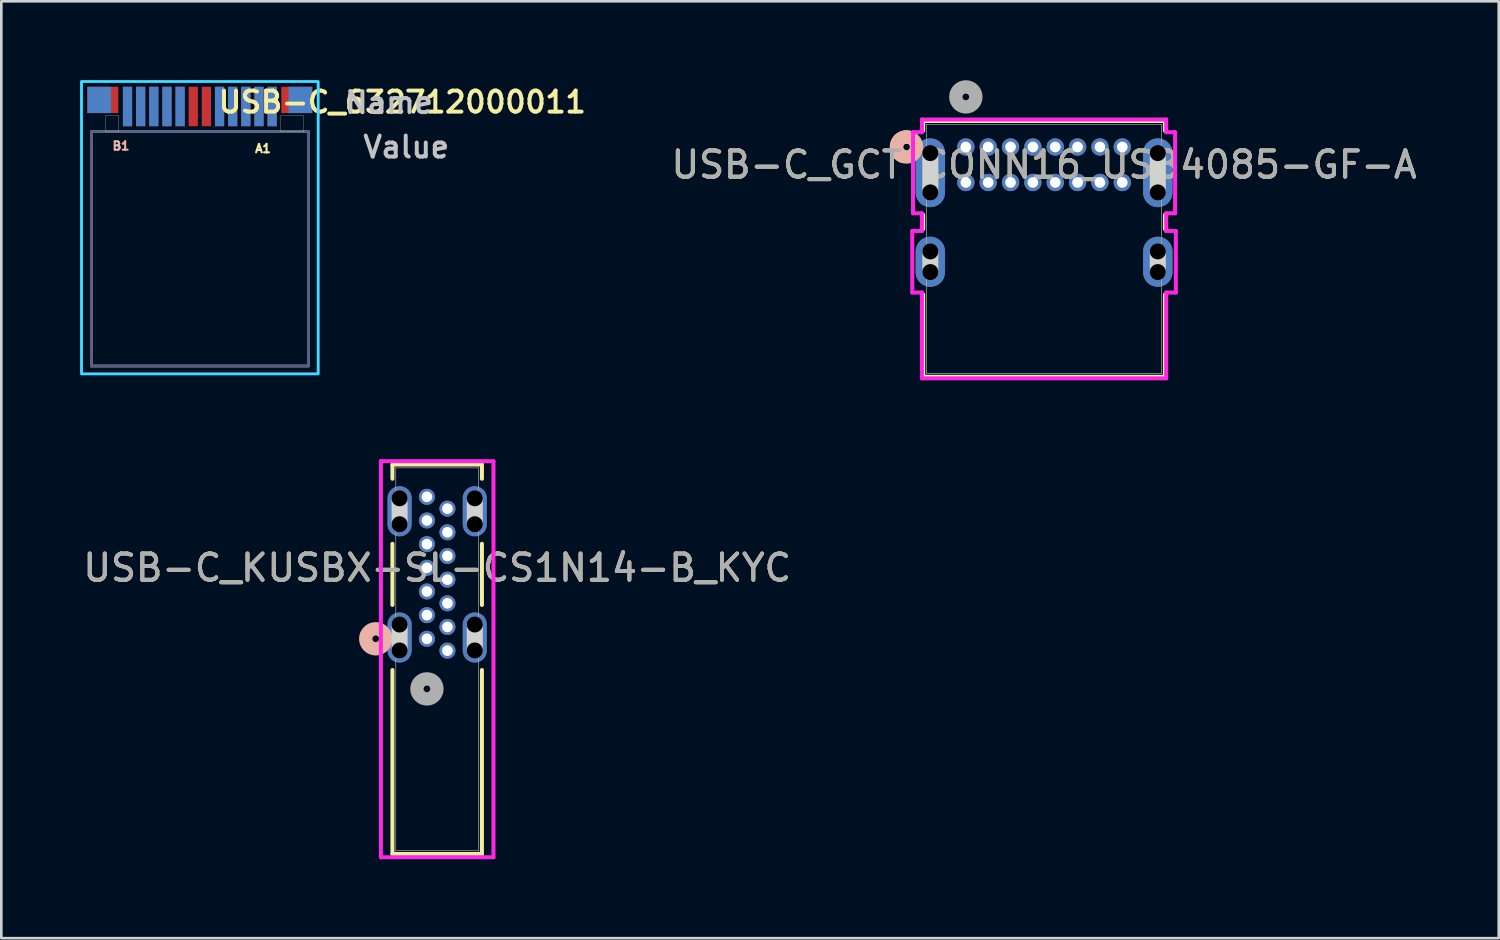
<source format=kicad_pcb>
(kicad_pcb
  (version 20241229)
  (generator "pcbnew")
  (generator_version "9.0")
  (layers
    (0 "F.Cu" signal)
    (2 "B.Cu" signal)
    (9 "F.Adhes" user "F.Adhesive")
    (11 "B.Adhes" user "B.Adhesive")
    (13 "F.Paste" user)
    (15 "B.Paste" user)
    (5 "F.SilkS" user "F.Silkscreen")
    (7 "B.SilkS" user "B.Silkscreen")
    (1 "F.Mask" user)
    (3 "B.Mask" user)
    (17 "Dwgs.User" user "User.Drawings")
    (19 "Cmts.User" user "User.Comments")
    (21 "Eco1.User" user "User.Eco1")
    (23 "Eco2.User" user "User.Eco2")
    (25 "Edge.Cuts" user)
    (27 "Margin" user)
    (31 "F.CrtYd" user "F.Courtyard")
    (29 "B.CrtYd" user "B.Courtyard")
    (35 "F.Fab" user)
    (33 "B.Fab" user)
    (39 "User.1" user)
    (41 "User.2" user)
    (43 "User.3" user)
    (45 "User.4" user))
  (footprint "USB-C_632712000011"
    (layer "F.Cu")
    (at 4.55 1)
    (property "Reference" "USB-C_632712000011" (at 7.7 -0.168 0) (layer "F.SilkS") (effects (font (size 0.8 0.8) (thickness 0.15))))
    (attr smd)
    (fp_line (start -3.58 0.35) (end -3.58 0.95) (stroke (width 0.01) (type solid)) (layer "Edge.Cuts"))
    (fp_line (start -3.58 0.95) (end -3.08 0.95) (stroke (width 0.01) (type solid)) (layer "Edge.Cuts"))
    (fp_line (start -3.08 0.35) (end -3.58 0.35) (stroke (width 0.01) (type solid)) (layer "Edge.Cuts"))
    (fp_line (start -3.08 0.95) (end -3.08 0.35) (stroke (width 0.01) (type solid)) (layer "Edge.Cuts"))
    (fp_line (start 3.075 0.35) (end 3.075 0.95) (stroke (width 0.01) (type solid)) (layer "Edge.Cuts"))
    (fp_line (start 3.075 0.95) (end 3.945 0.95) (stroke (width 0.01) (type solid)) (layer "Edge.Cuts"))
    (fp_line (start 3.945 0.35) (end 3.075 0.35) (stroke (width 0.01) (type solid)) (layer "Edge.Cuts"))
    (fp_line (start 3.945 0.95) (end 3.945 0.35) (stroke (width 0.01) (type solid)) (layer "Edge.Cuts"))
    (fp_poly (pts (xy -4.5 -0.95) (xy 4.5 -0.95) (xy 4.5 10.17) (xy -4.5 10.17)) (stroke (width 0.1) (type solid)) (fill no) (layer "B.CrtYd"))
    (fp_poly (pts (xy -4.5 -0.95) (xy 4.5 -0.95) (xy 4.5 10.17) (xy -4.5 10.17)) (stroke (width 0.1) (type solid)) (fill no) (layer "F.CrtYd"))
    (fp_line (start -4.125 0.95) (end -4.125 9.87) (stroke (width 0.1) (type solid)) (layer "B.Fab"))
    (fp_line (start -4.125 0.95) (end 4.125 0.95) (stroke (width 0.1) (type solid)) (layer "B.Fab"))
    (fp_line (start -4.125 9.87) (end 4.125 9.87) (stroke (width 0.1) (type solid)) (layer "B.Fab"))
    (fp_line (start 4.125 9.87) (end 4.125 0.95) (stroke (width 0.1) (type solid)) (layer "B.Fab"))
    (fp_line (start -4.125 0.95) (end -4.125 9.87) (stroke (width 0.1) (type solid)) (layer "F.Fab"))
    (fp_line (start -4.125 9.87) (end 4.125 9.87) (stroke (width 0.1) (type solid)) (layer "F.Fab"))
    (fp_line (start 4.125 0.95) (end -4.125 0.95) (stroke (width 0.1) (type solid)) (layer "F.Fab"))
    (fp_line (start 4.125 9.87) (end 4.125 0.95) (stroke (width 0.1) (type solid)) (layer "F.Fab"))
    (fp_text user "A1" (at 2.4 1.6 0) (layer "F.SilkS") (effects (font (size 0.32 0.32) (thickness 0.15))))
    (fp_text user "B1" (at -3 1.5 0) (layer "B.SilkS") (effects (font (size 0.32 0.32) (thickness 0.15))))
    (fp_text user "Value" (at 7.85 1.542 0) (layer "Dwgs.User") (effects (font (size 0.8 0.8) (thickness 0.15))))
    (fp_text user "Name" (at 7.192 -0.148 0) (layer "Dwgs.User") (effects (font (size 0.8 0.8) (thickness 0.15))))
    (fp_text user "PCB cutout  area" (at 3.15 0.7 0) (layer "Edge.Cuts") (effects (font (size 0.063 0.063) (thickness 0.15))))
    (fp_text user "PCB cutout  area" (at -3.2 0.95 0) (layer "Edge.Cuts") (effects (font (size 0.063 0.063) (thickness 0.15))))
    (fp_text user "PCB cutout  area" (at -3.2 0.95 0) (layer "Edge.Cuts") (effects (font (size 0.063 0.063) (thickness 0.15))))
    (pad "A1" smd rect (at 2.75 0) (size 0.35 1.5) (layers "F.Cu" "F.Mask" "F.Paste"))
    (pad "A2" smd rect (at 2.25 0) (size 0.35 1.5) (layers "F.Cu" "F.Mask" "F.Paste"))
    (pad "A3" smd rect (at 1.75 0) (size 0.35 1.5) (layers "F.Cu" "F.Mask" "F.Paste"))
    (pad "A4" smd rect (at 1.25 0) (size 0.35 1.5) (layers "F.Cu" "F.Mask" "F.Paste"))
    (pad "A5" smd rect (at 0.75 0) (size 0.35 1.5) (layers "F.Cu" "F.Mask" "F.Paste"))
    (pad "A6" smd rect (at 0.25 0) (size 0.35 1.5) (layers "F.Cu" "F.Mask" "F.Paste"))
    (pad "A7" smd rect (at -0.25 0) (size 0.35 1.5) (layers "F.Cu" "F.Mask" "F.Paste"))
    (pad "A8" smd rect (at -0.75 0) (size 0.35 1.5) (layers "F.Cu" "F.Mask" "F.Paste"))
    (pad "A9" smd rect (at -1.25 0) (size 0.35 1.5) (layers "F.Cu" "F.Mask" "F.Paste"))
    (pad "A10" smd rect (at -1.75 0) (size 0.35 1.5) (layers "F.Cu" "F.Mask" "F.Paste"))
    (pad "A11" smd rect (at -2.25 0) (size 0.35 1.5) (layers "F.Cu" "F.Mask" "F.Paste"))
    (pad "A12" smd rect (at -2.75 0) (size 0.35 1.5) (layers "F.Cu" "F.Mask" "F.Paste"))
    (pad "B1" smd rect (at -2.75 0) (size 0.35 1.5) (layers "B.Cu" "B.Mask" "B.Paste"))
    (pad "B2" smd rect (at -2.25 0) (size 0.35 1.5) (layers "B.Cu" "B.Mask" "B.Paste"))
    (pad "B3" smd rect (at -1.75 0) (size 0.35 1.5) (layers "B.Cu" "B.Mask" "B.Paste"))
    (pad "B4" smd rect (at -1.25 0) (size 0.35 1.5) (layers "B.Cu" "B.Mask" "B.Paste"))
    (pad "B5" smd rect (at -0.75 0) (size 0.35 1.5) (layers "B.Cu" "B.Mask" "B.Paste"))
    (pad "B8" smd rect (at 0.75 0) (size 0.35 1.5) (layers "B.Cu" "B.Mask" "B.Paste"))
    (pad "B9" smd rect (at 1.25 0) (size 0.35 1.5) (layers "B.Cu" "B.Mask" "B.Paste"))
    (pad "B10" smd rect (at 1.75 0) (size 0.35 1.5) (layers "B.Cu" "B.Mask" "B.Paste"))
    (pad "B11" smd rect (at 2.25 0) (size 0.35 1.5) (layers "B.Cu" "B.Mask" "B.Paste"))
    (pad "B12" smd rect (at 2.75 0) (size 0.35 1.5) (layers "B.Cu" "B.Mask" "B.Paste"))
    (pad "S1" smd rect (at -3.69 -0.25) (size 1.18 1) (layers "F.Cu" "F.Mask" "F.Paste"))
    (pad "S2" smd rect (at 3.69 -0.25) (size 1.18 1) (layers "F.Cu" "F.Mask" "F.Paste"))
    (pad "S3" smd rect (at -3.825 -0.25) (size 0.9 1) (layers "B.Cu" "B.Mask" "B.Paste"))
    (pad "S4" smd rect (at 3.825 -0.25) (size 0.9 1) (layers "B.Cu" "B.Mask" "B.Paste")))
  (footprint "USB-C_KUSBX-SL-CS1N14-B_KYC"
    (layer "F.Cu")
    (at 13.187 21.245)
    (property "Reference" "USB-C_KUSBX-SL-CS1N14-B_KYC" (at 0.39 -2.7 0) (unlocked yes) (layer "F.SilkS") (effects (font (size 1 1) (thickness 0.15))))
    (attr through_hole)
    (fp_line (start -1.312 -6.627) (end -1.312 -6.087) (stroke (width 0.152) (type solid)) (layer "F.SilkS"))
    (fp_line (start -1.312 -3.613) (end -1.312 -1.287) (stroke (width 0.152) (type solid)) (layer "F.SilkS"))
    (fp_line (start -1.312 1.187) (end -1.312 8.181) (stroke (width 0.152) (type solid)) (layer "F.SilkS"))
    (fp_line (start -1.312 8.181) (end 2.092 8.181) (stroke (width 0.152) (type solid)) (layer "F.SilkS"))
    (fp_line (start 2.092 -6.627) (end -1.312 -6.627) (stroke (width 0.152) (type solid)) (layer "F.SilkS"))
    (fp_line (start 2.092 -6.087) (end 2.092 -6.627) (stroke (width 0.152) (type solid)) (layer "F.SilkS"))
    (fp_line (start 2.092 -1.287) (end 2.092 -3.613) (stroke (width 0.152) (type solid)) (layer "F.SilkS"))
    (fp_line (start 2.092 8.181) (end 2.092 1.187) (stroke (width 0.152) (type solid)) (layer "F.SilkS"))
    (fp_circle (center -1.947 0) (end -1.566 0) (stroke (width 0.508) (type solid)) (fill no) (layer "B.SilkS"))
    (fp_line (start -1.04 -4.355) (end -1.04 -5.345) (stroke (width 0.61) (type solid)) (layer "Edge.Cuts"))
    (fp_line (start -1.04 0.445) (end -1.04 -0.545) (stroke (width 0.61) (type solid)) (layer "Edge.Cuts"))
    (fp_line (start 1.82 -4.355) (end 1.82 -5.345) (stroke (width 0.61) (type solid)) (layer "Edge.Cuts"))
    (fp_line (start 1.82 0.445) (end 1.82 -0.545) (stroke (width 0.61) (type solid)) (layer "Edge.Cuts"))
    (fp_line (start -1.751 -6.754) (end -1.751 8.308) (stroke (width 0.152) (type solid)) (layer "F.CrtYd"))
    (fp_line (start -1.751 8.308) (end 2.531 8.308) (stroke (width 0.152) (type solid)) (layer "F.CrtYd"))
    (fp_line (start 2.531 -6.754) (end -1.751 -6.754) (stroke (width 0.152) (type solid)) (layer "F.CrtYd"))
    (fp_line (start 2.531 8.308) (end 2.531 -6.754) (stroke (width 0.152) (type solid)) (layer "F.CrtYd"))
    (fp_line (start -1.185 -6.5) (end -1.185 8.054) (stroke (width 0.025) (type solid)) (layer "F.Fab"))
    (fp_line (start -1.185 8.054) (end 1.965 8.054) (stroke (width 0.025) (type solid)) (layer "F.Fab"))
    (fp_line (start 1.965 -6.5) (end -1.185 -6.5) (stroke (width 0.025) (type solid)) (layer "F.Fab"))
    (fp_line (start 1.965 8.054) (end 1.965 -6.5) (stroke (width 0.025) (type solid)) (layer "F.Fab"))
    (fp_circle (center 0 1.905) (end 0.381 1.905) (stroke (width 0.508) (type solid)) (fill no) (layer "F.Fab"))
    (fp_text user "${REFERENCE}" (at 0.39 -2.7 0) (unlocked yes) (layer "F.Fab") (effects (font (size 1 1) (thickness 0.15))))
    (pad "" np_thru_hole circle (at -1.04 -5.345) (size 0.61 0.61) (drill 0.61) (layers))
    (pad "" np_thru_hole circle (at -1.04 -4.355) (size 0.61 0.61) (drill 0.61) (layers))
    (pad "" np_thru_hole circle (at -1.04 -0.545) (size 0.61 0.61) (drill 0.61) (layers))
    (pad "" np_thru_hole circle (at -1.04 0.445) (size 0.61 0.61) (drill 0.61) (layers))
    (pad "" np_thru_hole circle (at 1.82 -5.345) (size 0.61 0.61) (drill 0.61) (layers))
    (pad "" np_thru_hole circle (at 1.82 -4.355) (size 0.61 0.61) (drill 0.61) (layers))
    (pad "" np_thru_hole circle (at 1.82 -0.545) (size 0.61 0.61) (drill 0.61) (layers))
    (pad "" np_thru_hole circle (at 1.82 0.445) (size 0.61 0.61) (drill 0.61) (layers))
    (pad "A1" thru_hole circle (at 0 0) (size 0.61 0.61) (drill 0.406) (layers "*.Cu" "*.Mask"))
    (pad "A4" thru_hole circle (at 0 -0.9) (size 0.61 0.61) (drill 0.406) (layers "*.Cu" "*.Mask"))
    (pad "A5" thru_hole circle (at 0 -1.8) (size 0.61 0.61) (drill 0.406) (layers "*.Cu" "*.Mask"))
    (pad "A6" thru_hole circle (at 0 -2.7) (size 0.61 0.61) (drill 0.406) (layers "*.Cu" "*.Mask"))
    (pad "A7" thru_hole circle (at 0 -3.6) (size 0.61 0.61) (drill 0.406) (layers "*.Cu" "*.Mask"))
    (pad "A9" thru_hole circle (at 0 -4.5) (size 0.61 0.61) (drill 0.406) (layers "*.Cu" "*.Mask"))
    (pad "A12" thru_hole circle (at 0 -5.4) (size 0.61 0.61) (drill 0.406) (layers "*.Cu" "*.Mask"))
    (pad "B1" thru_hole circle (at 0.78 -4.95) (size 0.61 0.61) (drill 0.406) (layers "*.Cu" "*.Mask"))
    (pad "B4" thru_hole circle (at 0.78 -4.05) (size 0.61 0.61) (drill 0.406) (layers "*.Cu" "*.Mask"))
    (pad "B5" thru_hole circle (at 0.78 -3.15) (size 0.61 0.61) (drill 0.406) (layers "*.Cu" "*.Mask"))
    (pad "B6" thru_hole circle (at 0.78 -2.25) (size 0.61 0.61) (drill 0.406) (layers "*.Cu" "*.Mask"))
    (pad "B7" thru_hole circle (at 0.78 -1.35) (size 0.61 0.61) (drill 0.406) (layers "*.Cu" "*.Mask"))
    (pad "B9" thru_hole circle (at 0.78 -0.45) (size 0.61 0.61) (drill 0.406) (layers "*.Cu" "*.Mask"))
    (pad "B12" thru_hole circle (at 0.78 0.45) (size 0.61 0.61) (drill 0.406) (layers "*.Cu" "*.Mask"))
    (pad "S_1" thru_hole oval (at -1.04 -0.05 90) (size 1.905 0.914) (drill 0.025) (layers "*.Cu" "*.Mask"))
    (pad "S_2" thru_hole oval (at 1.82 -0.05 90) (size 1.905 0.914) (drill 0.025) (layers "*.Cu" "*.Mask"))
    (pad "S_3" thru_hole oval (at -1.04 -4.85 90) (size 1.905 0.914) (drill 0.025) (layers "*.Cu" "*.Mask"))
    (pad "S_4" thru_hole oval (at 1.82 -4.85 90) (size 1.905 0.914) (drill 0.025) (layers "*.Cu" "*.Mask")))
  (footprint "USB-C_GCT CONN16_USB4085-GF-A"
    (layer "F.Cu")
    (at 33.683 2.54)
    (property "Reference" "USB-C_GCT CONN16_USB4085-GF-A" (at 2.975 0.675 0) (unlocked yes) (layer "F.SilkS") (effects (font (size 1 1) (thickness 0.15))))
    (attr through_hole)
    (fp_line (start -1.622 -0.987) (end -1.622 -0.618) (stroke (width 0.152) (type solid)) (layer "F.SilkS"))
    (fp_line (start -1.622 2.578) (end -1.622 3.122) (stroke (width 0.152) (type solid)) (layer "F.SilkS"))
    (fp_line (start -1.622 5.608) (end -1.622 8.741) (stroke (width 0.152) (type solid)) (layer "F.SilkS"))
    (fp_line (start -1.622 8.741) (end 7.572 8.741) (stroke (width 0.152) (type solid)) (layer "F.SilkS"))
    (fp_line (start 7.572 -0.987) (end -1.622 -0.987) (stroke (width 0.152) (type solid)) (layer "F.SilkS"))
    (fp_line (start 7.572 -0.618) (end 7.572 -0.987) (stroke (width 0.152) (type solid)) (layer "F.SilkS"))
    (fp_line (start 7.572 3.122) (end 7.572 2.578) (stroke (width 0.152) (type solid)) (layer "F.SilkS"))
    (fp_line (start 7.572 8.741) (end 7.572 5.608) (stroke (width 0.152) (type solid)) (layer "F.SilkS"))
    (fp_arc (start -2.41934 0.344872) (mid -2.625765 -0.097305) (end -2.2279 -0.379856) (stroke (width 0.508) (type solid)) (layer "F.SilkS"))
    (fp_circle (center -2.257 0) (end -1.876 0) (stroke (width 0.508) (type solid)) (fill no) (layer "B.SilkS"))
    (fp_line (start -1.35 1.729) (end -1.35 0.231) (stroke (width 0.61) (type solid)) (layer "Edge.Cuts"))
    (fp_line (start -1.35 4.759) (end -1.35 3.971) (stroke (width 0.61) (type solid)) (layer "Edge.Cuts"))
    (fp_line (start 7.3 1.729) (end 7.3 0.231) (stroke (width 0.61) (type solid)) (layer "Edge.Cuts"))
    (fp_line (start 7.3 4.759) (end 7.3 3.971) (stroke (width 0.61) (type solid)) (layer "Edge.Cuts"))
    (fp_line (start -2.037 3.193) (end -2.037 5.537) (stroke (width 0.152) (type solid)) (layer "F.CrtYd"))
    (fp_line (start -2.037 5.537) (end -1.67 5.537) (stroke (width 0.152) (type solid)) (layer "F.CrtYd"))
    (fp_line (start -2.009 -0.562) (end -2.009 2.522) (stroke (width 0.152) (type solid)) (layer "F.CrtYd"))
    (fp_line (start -2.009 2.522) (end -1.67 2.522) (stroke (width 0.152) (type solid)) (layer "F.CrtYd"))
    (fp_line (start -1.67 2.522) (end -1.67 3.193) (stroke (width 0.152) (type solid)) (layer "F.CrtYd"))
    (fp_line (start -1.67 3.193) (end -2.037 3.193) (stroke (width 0.152) (type solid)) (layer "F.CrtYd"))
    (fp_line (start -1.67 5.537) (end -1.67 8.799) (stroke (width 0.152) (type solid)) (layer "F.CrtYd"))
    (fp_line (start -1.67 8.799) (end 7.62 8.799) (stroke (width 0.152) (type solid)) (layer "F.CrtYd"))
    (fp_line (start -1.67 -1.045) (end -1.67 -0.562) (stroke (width 0.152) (type solid)) (layer "F.CrtYd"))
    (fp_line (start -1.67 -0.562) (end -2.009 -0.562) (stroke (width 0.152) (type solid)) (layer "F.CrtYd"))
    (fp_line (start 7.62 5.537) (end 7.987 5.537) (stroke (width 0.152) (type solid)) (layer "F.CrtYd"))
    (fp_line (start 7.62 8.799) (end 7.62 5.537) (stroke (width 0.152) (type solid)) (layer "F.CrtYd"))
    (fp_line (start 7.62 -0.562) (end 7.62 -1.045) (stroke (width 0.152) (type solid)) (layer "F.CrtYd"))
    (fp_line (start 7.62 2.522) (end 7.959 2.522) (stroke (width 0.152) (type solid)) (layer "F.CrtYd"))
    (fp_line (start 7.62 3.193) (end 7.62 2.522) (stroke (width 0.152) (type solid)) (layer "F.CrtYd"))
    (fp_line (start 7.62 -1.045) (end -1.67 -1.045) (stroke (width 0.152) (type solid)) (layer "F.CrtYd"))
    (fp_line (start 7.959 -0.562) (end 7.62 -0.562) (stroke (width 0.152) (type solid)) (layer "F.CrtYd"))
    (fp_line (start 7.959 2.522) (end 7.959 -0.562) (stroke (width 0.152) (type solid)) (layer "F.CrtYd"))
    (fp_line (start 7.987 3.193) (end 7.62 3.193) (stroke (width 0.152) (type solid)) (layer "F.CrtYd"))
    (fp_line (start 7.987 5.537) (end 7.987 3.193) (stroke (width 0.152) (type solid)) (layer "F.CrtYd"))
    (fp_line (start -1.495 -0.86) (end -1.495 8.614) (stroke (width 0.025) (type solid)) (layer "F.Fab"))
    (fp_line (start -1.495 8.614) (end 7.445 8.614) (stroke (width 0.025) (type solid)) (layer "F.Fab"))
    (fp_line (start 7.445 -0.86) (end -1.495 -0.86) (stroke (width 0.025) (type solid)) (layer "F.Fab"))
    (fp_line (start 7.445 8.614) (end 7.445 -0.86) (stroke (width 0.025) (type solid)) (layer "F.Fab"))
    (fp_circle (center 0 -1.905) (end 0.381 -1.905) (stroke (width 0.508) (type solid)) (fill no) (layer "F.Fab"))
    (fp_text user "${REFERENCE}" (at 2.975 0.675 0) (unlocked yes) (layer "F.Fab") (effects (font (size 1 1) (thickness 0.15))))
    (pad "" np_thru_hole circle (at -1.35 0.231) (size 0.61 0.61) (drill 0.61) (layers))
    (pad "" np_thru_hole circle (at -1.35 1.729) (size 0.61 0.61) (drill 0.61) (layers))
    (pad "" np_thru_hole circle (at -1.35 3.971) (size 0.61 0.61) (drill 0.61) (layers))
    (pad "" np_thru_hole circle (at -1.35 4.759) (size 0.61 0.61) (drill 0.61) (layers))
    (pad "" np_thru_hole circle (at 7.3 0.231) (size 0.61 0.61) (drill 0.61) (layers))
    (pad "" np_thru_hole circle (at 7.3 1.729) (size 0.61 0.61) (drill 0.61) (layers))
    (pad "" np_thru_hole circle (at 7.3 3.971) (size 0.61 0.61) (drill 0.61) (layers))
    (pad "" np_thru_hole circle (at 7.3 4.759) (size 0.61 0.61) (drill 0.61) (layers))
    (pad "A1" thru_hole circle (at 0 0) (size 0.66 0.66) (drill 0.406) (layers "*.Cu" "*.Mask"))
    (pad "A4" thru_hole circle (at 0.85 0) (size 0.66 0.66) (drill 0.406) (layers "*.Cu" "*.Mask"))
    (pad "A5" thru_hole circle (at 1.7 0) (size 0.66 0.66) (drill 0.406) (layers "*.Cu" "*.Mask"))
    (pad "A6" thru_hole circle (at 2.55 0) (size 0.66 0.66) (drill 0.406) (layers "*.Cu" "*.Mask"))
    (pad "A7" thru_hole circle (at 3.4 0) (size 0.66 0.66) (drill 0.406) (layers "*.Cu" "*.Mask"))
    (pad "A8" thru_hole circle (at 4.25 0) (size 0.66 0.66) (drill 0.406) (layers "*.Cu" "*.Mask"))
    (pad "A9" thru_hole circle (at 5.1 0) (size 0.66 0.66) (drill 0.406) (layers "*.Cu" "*.Mask"))
    (pad "A12" thru_hole circle (at 5.95 0) (size 0.66 0.66) (drill 0.406) (layers "*.Cu" "*.Mask"))
    (pad "B1" thru_hole circle (at 5.95 1.35) (size 0.66 0.66) (drill 0.406) (layers "*.Cu" "*.Mask"))
    (pad "B4" thru_hole circle (at 5.1 1.35) (size 0.66 0.66) (drill 0.406) (layers "*.Cu" "*.Mask"))
    (pad "B5" thru_hole circle (at 4.25 1.35) (size 0.66 0.66) (drill 0.406) (layers "*.Cu" "*.Mask"))
    (pad "B6" thru_hole circle (at 3.4 1.35) (size 0.66 0.66) (drill 0.406) (layers "*.Cu" "*.Mask"))
    (pad "B7" thru_hole circle (at 2.55 1.35) (size 0.66 0.66) (drill 0.406) (layers "*.Cu" "*.Mask"))
    (pad "B8" thru_hole circle (at 1.7 1.35) (size 0.66 0.66) (drill 0.406) (layers "*.Cu" "*.Mask"))
    (pad "B9" thru_hole circle (at 0.85 1.35) (size 0.66 0.66) (drill 0.406) (layers "*.Cu" "*.Mask"))
    (pad "B12" thru_hole circle (at 0 1.35) (size 0.66 0.66) (drill 0.406) (layers "*.Cu" "*.Mask"))
    (pad "S1" thru_hole oval (at -1.35 4.365 90) (size 1.905 1.118) (drill 0.025) (layers "*.Cu" "*.Mask"))
    (pad "S2" thru_hole oval (at 7.3 4.365 90) (size 1.905 1.118) (drill 0.025) (layers "*.Cu" "*.Mask"))
    (pad "S3" thru_hole oval (at -1.35 0.98 90) (size 2.616 1.118) (drill 0.025) (layers "*.Cu" "*.Mask"))
    (pad "S4" thru_hole oval (at 7.3 0.98 90) (size 2.616 1.118) (drill 0.025) (layers "*.Cu" "*.Mask")))
  (gr_rect
    (start -3 -3)
    (end 53.95 32.63)
    (stroke (width 0.1) (type default))
    (fill no)
    (layer "Edge.Cuts")))
</source>
